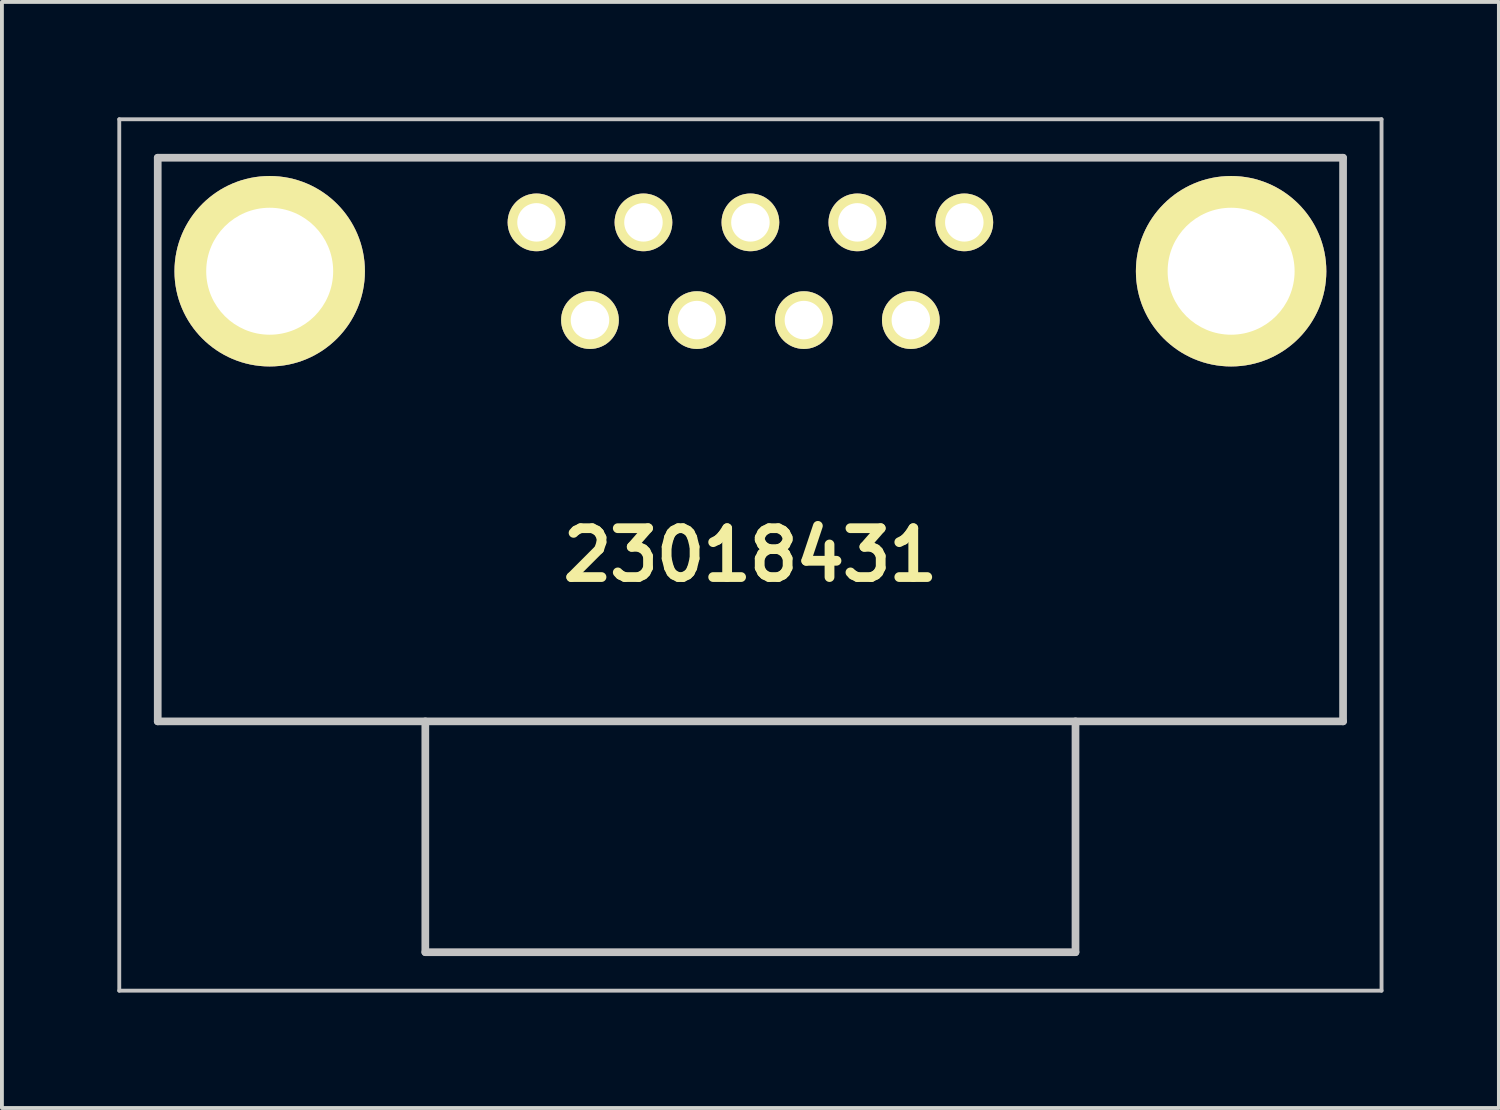
<source format=kicad_pcb>
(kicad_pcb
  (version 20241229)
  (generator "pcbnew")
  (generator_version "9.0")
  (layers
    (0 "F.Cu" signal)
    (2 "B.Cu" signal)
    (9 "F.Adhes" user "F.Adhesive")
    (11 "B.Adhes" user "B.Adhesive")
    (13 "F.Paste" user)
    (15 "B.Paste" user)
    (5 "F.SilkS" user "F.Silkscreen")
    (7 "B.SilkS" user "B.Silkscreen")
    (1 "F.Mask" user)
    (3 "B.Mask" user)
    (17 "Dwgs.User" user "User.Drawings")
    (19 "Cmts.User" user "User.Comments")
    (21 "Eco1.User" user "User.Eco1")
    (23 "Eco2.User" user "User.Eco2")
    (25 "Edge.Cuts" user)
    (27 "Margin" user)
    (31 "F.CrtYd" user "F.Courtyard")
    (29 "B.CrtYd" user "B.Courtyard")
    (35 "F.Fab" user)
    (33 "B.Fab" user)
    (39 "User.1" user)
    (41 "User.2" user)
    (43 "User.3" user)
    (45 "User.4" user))
  (footprint "23018431"
    (layer "F.Cu")
    (at 10.895 2.73)
    (property "Reference" "23018431" (at 5.56 8.645 0) (layer "F.SilkS") (effects (font (size 1.27 1.27) (thickness 0.254))))
    (attr through_hole)
    (fp_line (start -9.845 -1.68) (end 20.965 -1.68) (stroke (width 0.1) (type solid)) (layer "F.SilkS"))
    (fp_line (start -9.845 12.97) (end -9.845 -1.68) (stroke (width 0.1) (type solid)) (layer "F.SilkS"))
    (fp_line (start 20.965 -1.68) (end 20.965 12.97) (stroke (width 0.1) (type solid)) (layer "F.SilkS"))
    (fp_line (start 20.965 12.97) (end -9.845 12.97) (stroke (width 0.1) (type solid)) (layer "F.SilkS"))
    (fp_line (start -10.845 -2.68) (end 21.965 -2.68) (stroke (width 0.1) (type solid)) (layer "Dwgs.User"))
    (fp_line (start -10.845 19.97) (end -10.845 -2.68) (stroke (width 0.1) (type solid)) (layer "Dwgs.User"))
    (fp_line (start -9.845 -1.68) (end 20.965 -1.68) (stroke (width 0.2) (type solid)) (layer "Dwgs.User"))
    (fp_line (start -9.845 12.97) (end -9.845 -1.68) (stroke (width 0.2) (type solid)) (layer "Dwgs.User"))
    (fp_line (start -2.89 12.97) (end -2.89 18.97) (stroke (width 0.2) (type solid)) (layer "Dwgs.User"))
    (fp_line (start -2.89 18.97) (end 14.01 18.97) (stroke (width 0.2) (type solid)) (layer "Dwgs.User"))
    (fp_line (start 14.01 18.97) (end 14.01 12.97) (stroke (width 0.2) (type solid)) (layer "Dwgs.User"))
    (fp_line (start 20.965 -1.68) (end 20.965 12.97) (stroke (width 0.2) (type solid)) (layer "Dwgs.User"))
    (fp_line (start 20.965 12.97) (end -9.845 12.97) (stroke (width 0.2) (type solid)) (layer "Dwgs.User"))
    (fp_line (start 21.965 -2.68) (end 21.965 19.97) (stroke (width 0.1) (type solid)) (layer "Dwgs.User"))
    (fp_line (start 21.965 19.97) (end -10.845 19.97) (stroke (width 0.1) (type solid)) (layer "Dwgs.User"))
    (pad "1" thru_hole circle (at 0 0 90) (size 1.5 1.5) (drill 1) (layers "*.Cu" "*.Mask" "F.SilkS"))
    (pad "2" thru_hole circle (at 2.78 0 90) (size 1.5 1.5) (drill 1) (layers "*.Cu" "*.Mask" "F.SilkS"))
    (pad "3" thru_hole circle (at 5.56 0 90) (size 1.5 1.5) (drill 1) (layers "*.Cu" "*.Mask" "F.SilkS"))
    (pad "4" thru_hole circle (at 8.34 0 90) (size 1.5 1.5) (drill 1) (layers "*.Cu" "*.Mask" "F.SilkS"))
    (pad "5" thru_hole circle (at 11.12 0 90) (size 1.5 1.5) (drill 1) (layers "*.Cu" "*.Mask" "F.SilkS"))
    (pad "6" thru_hole circle (at 1.39 2.54 90) (size 1.5 1.5) (drill 1) (layers "*.Cu" "*.Mask" "F.SilkS"))
    (pad "7" thru_hole circle (at 4.17 2.54 90) (size 1.5 1.5) (drill 1) (layers "*.Cu" "*.Mask" "F.SilkS"))
    (pad "8" thru_hole circle (at 6.95 2.54 90) (size 1.5 1.5) (drill 1) (layers "*.Cu" "*.Mask" "F.SilkS"))
    (pad "9" thru_hole circle (at 9.73 2.54 90) (size 1.5 1.5) (drill 1) (layers "*.Cu" "*.Mask" "F.SilkS"))
    (pad "MH1" thru_hole circle (at -6.935 1.27 90) (size 4.95 4.95) (drill 3.3) (layers "*.Cu" "*.Mask" "F.SilkS"))
    (pad "MH2" thru_hole circle (at 18.055 1.27 90) (size 4.95 4.95) (drill 3.3) (layers "*.Cu" "*.Mask" "F.SilkS")))
  (gr_rect
    (start -3 -3)
    (end 35.91 25.75)
    (stroke (width 0.1) (type default))
    (fill no)
    (layer "Edge.Cuts")))
</source>
